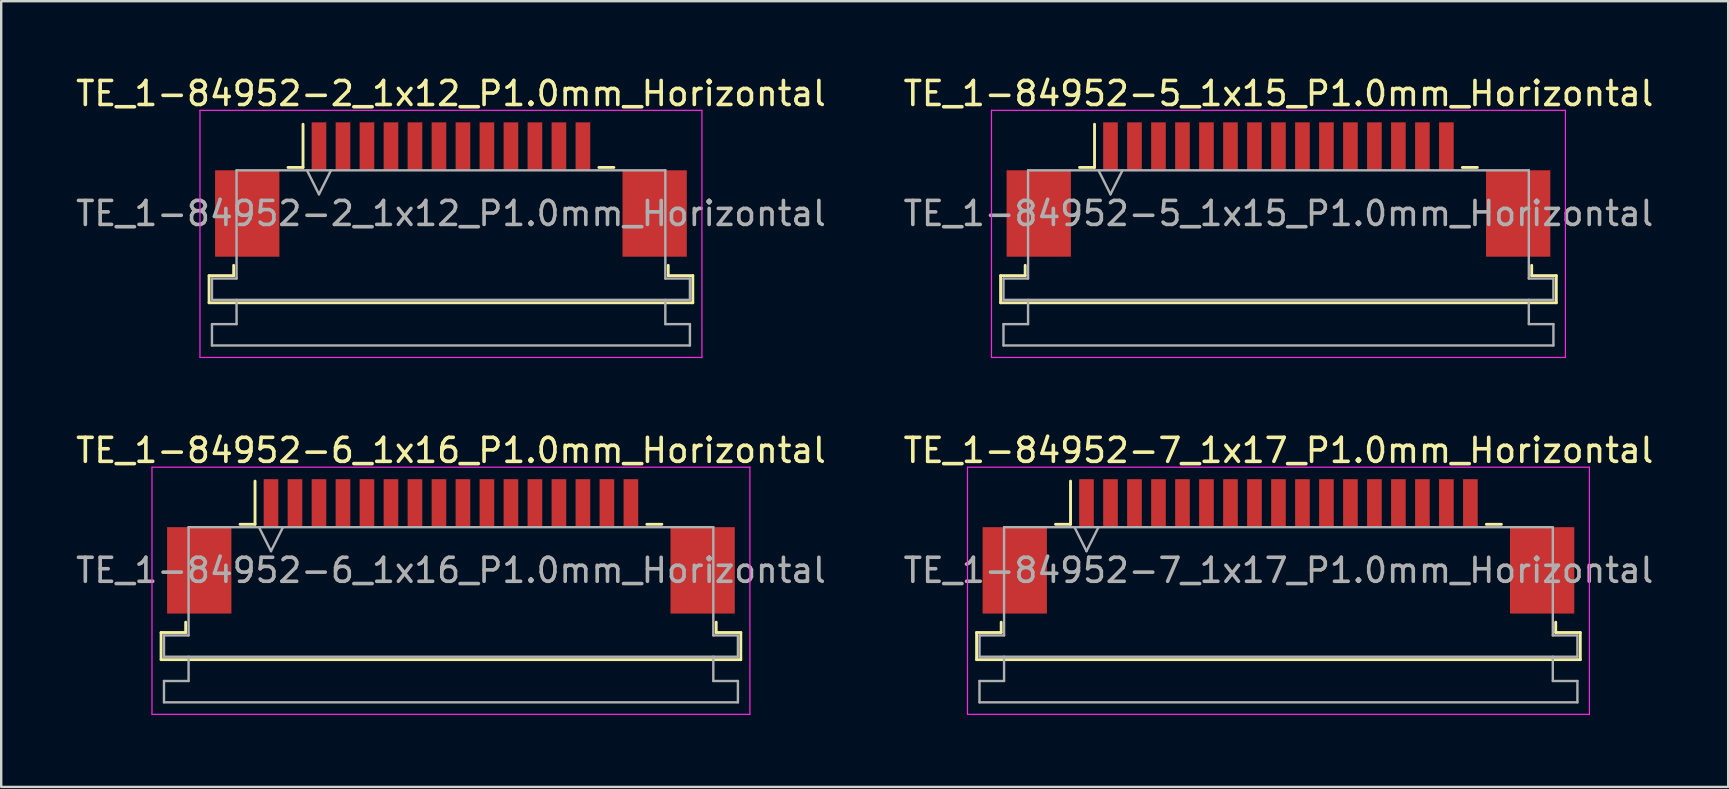
<source format=kicad_pcb>
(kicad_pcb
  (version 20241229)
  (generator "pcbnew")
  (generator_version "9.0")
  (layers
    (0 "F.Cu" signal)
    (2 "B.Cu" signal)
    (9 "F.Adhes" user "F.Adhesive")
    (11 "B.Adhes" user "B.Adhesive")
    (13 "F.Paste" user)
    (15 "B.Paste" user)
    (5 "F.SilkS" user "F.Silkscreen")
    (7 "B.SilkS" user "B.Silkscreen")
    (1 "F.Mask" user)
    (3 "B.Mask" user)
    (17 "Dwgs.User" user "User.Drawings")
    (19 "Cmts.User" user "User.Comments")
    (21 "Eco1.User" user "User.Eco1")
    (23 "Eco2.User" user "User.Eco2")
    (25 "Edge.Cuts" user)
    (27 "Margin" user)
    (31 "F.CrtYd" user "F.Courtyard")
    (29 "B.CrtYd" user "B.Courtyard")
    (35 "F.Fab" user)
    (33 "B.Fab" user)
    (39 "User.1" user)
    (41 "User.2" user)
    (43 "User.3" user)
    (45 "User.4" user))
  (footprint "TE_1-84952-7_1x17_P1.0mm_Horizontal"
    (layer "F.Cu")
    (at 50.232 19.721)
    (property "Reference" "TE_1-84952-7_1x17_P1.0mm_Horizontal" (at 0 -4 0) (layer "F.SilkS") (effects (font (size 1 1) (thickness 0.15))))
    (attr smd)
    (fp_line (start -12.58 3.59) (end -11.555 3.59) (stroke (width 0.12) (type solid)) (layer "F.SilkS"))
    (fp_line (start -12.58 4.72) (end -12.58 3.59) (stroke (width 0.12) (type solid)) (layer "F.SilkS"))
    (fp_line (start -11.555 3.59) (end -11.555 3.16) (stroke (width 0.12) (type solid)) (layer "F.SilkS"))
    (fp_line (start -9.29 -0.92) (end -8.665 -0.92) (stroke (width 0.12) (type solid)) (layer "F.SilkS"))
    (fp_line (start -8.665 -0.92) (end -8.665 -2.72) (stroke (width 0.12) (type solid)) (layer "F.SilkS"))
    (fp_line (start 8.665 -0.92) (end 9.29 -0.92) (stroke (width 0.12) (type solid)) (layer "F.SilkS"))
    (fp_line (start 11.555 3.16) (end 11.555 3.59) (stroke (width 0.12) (type solid)) (layer "F.SilkS"))
    (fp_line (start 11.555 3.59) (end 12.58 3.59) (stroke (width 0.12) (type solid)) (layer "F.SilkS"))
    (fp_line (start 12.58 3.59) (end 12.58 4.72) (stroke (width 0.12) (type solid)) (layer "F.SilkS"))
    (fp_line (start 12.58 4.72) (end -12.58 4.72) (stroke (width 0.12) (type solid)) (layer "F.SilkS"))
    (fp_line (start -12.96 -3.3) (end -12.96 7) (stroke (width 0.05) (type solid)) (layer "F.CrtYd"))
    (fp_line (start -12.96 7) (end 12.96 7) (stroke (width 0.05) (type solid)) (layer "F.CrtYd"))
    (fp_line (start 12.96 -3.3) (end -12.96 -3.3) (stroke (width 0.05) (type solid)) (layer "F.CrtYd"))
    (fp_line (start 12.96 7) (end 12.96 -3.3) (stroke (width 0.05) (type solid)) (layer "F.CrtYd"))
    (fp_line (start -12.46 3.71) (end -11.435 3.71) (stroke (width 0.1) (type solid)) (layer "F.Fab"))
    (fp_line (start -12.46 4.6) (end -12.46 3.71) (stroke (width 0.1) (type solid)) (layer "F.Fab"))
    (fp_line (start -12.46 5.61) (end -11.435 5.61) (stroke (width 0.1) (type solid)) (layer "F.Fab"))
    (fp_line (start -12.46 6.5) (end -12.46 5.61) (stroke (width 0.1) (type solid)) (layer "F.Fab"))
    (fp_line (start -11.435 -0.8) (end 11.435 -0.8) (stroke (width 0.1) (type solid)) (layer "F.Fab"))
    (fp_line (start -11.435 3.71) (end -11.435 -0.8) (stroke (width 0.1) (type solid)) (layer "F.Fab"))
    (fp_line (start -11.435 5.61) (end -11.435 4.6) (stroke (width 0.1) (type solid)) (layer "F.Fab"))
    (fp_line (start -8.5 -0.8) (end -8 0.2) (stroke (width 0.1) (type solid)) (layer "F.Fab"))
    (fp_line (start -8 0.2) (end -7.5 -0.8) (stroke (width 0.1) (type solid)) (layer "F.Fab"))
    (fp_line (start 11.435 -0.8) (end 11.435 3.71) (stroke (width 0.1) (type solid)) (layer "F.Fab"))
    (fp_line (start 11.435 3.71) (end 12.46 3.71) (stroke (width 0.1) (type solid)) (layer "F.Fab"))
    (fp_line (start 11.435 4.6) (end 11.435 5.61) (stroke (width 0.1) (type solid)) (layer "F.Fab"))
    (fp_line (start 11.435 5.61) (end 12.46 5.61) (stroke (width 0.1) (type solid)) (layer "F.Fab"))
    (fp_line (start 12.46 3.71) (end 12.46 4.6) (stroke (width 0.1) (type solid)) (layer "F.Fab"))
    (fp_line (start 12.46 4.6) (end -12.46 4.6) (stroke (width 0.1) (type solid)) (layer "F.Fab"))
    (fp_line (start 12.46 5.61) (end 12.46 6.5) (stroke (width 0.1) (type solid)) (layer "F.Fab"))
    (fp_line (start 12.46 6.5) (end -12.46 6.5) (stroke (width 0.1) (type solid)) (layer "F.Fab"))
    (fp_text user "${REFERENCE}" (at 0 1 0) (layer "F.Fab") (effects (font (size 1 1) (thickness 0.15))))
    (pad "" smd rect (at -10.99 1) (size 2.68 3.6) (layers "F.Cu" "F.Mask" "F.Paste"))
    (pad "" smd rect (at 10.99 1) (size 2.68 3.6) (layers "F.Cu" "F.Mask" "F.Paste"))
    (pad "1" smd rect (at -8 -1.8) (size 0.61 2) (layers "F.Cu" "F.Mask" "F.Paste"))
    (pad "2" smd rect (at -7 -1.8) (size 0.61 2) (layers "F.Cu" "F.Mask" "F.Paste"))
    (pad "3" smd rect (at -6 -1.8) (size 0.61 2) (layers "F.Cu" "F.Mask" "F.Paste"))
    (pad "4" smd rect (at -5 -1.8) (size 0.61 2) (layers "F.Cu" "F.Mask" "F.Paste"))
    (pad "5" smd rect (at -4 -1.8) (size 0.61 2) (layers "F.Cu" "F.Mask" "F.Paste"))
    (pad "6" smd rect (at -3 -1.8) (size 0.61 2) (layers "F.Cu" "F.Mask" "F.Paste"))
    (pad "7" smd rect (at -2 -1.8) (size 0.61 2) (layers "F.Cu" "F.Mask" "F.Paste"))
    (pad "8" smd rect (at -1 -1.8) (size 0.61 2) (layers "F.Cu" "F.Mask" "F.Paste"))
    (pad "9" smd rect (at 0 -1.8) (size 0.61 2) (layers "F.Cu" "F.Mask" "F.Paste"))
    (pad "10" smd rect (at 1 -1.8) (size 0.61 2) (layers "F.Cu" "F.Mask" "F.Paste"))
    (pad "11" smd rect (at 2 -1.8) (size 0.61 2) (layers "F.Cu" "F.Mask" "F.Paste"))
    (pad "12" smd rect (at 3 -1.8) (size 0.61 2) (layers "F.Cu" "F.Mask" "F.Paste"))
    (pad "13" smd rect (at 4 -1.8) (size 0.61 2) (layers "F.Cu" "F.Mask" "F.Paste"))
    (pad "14" smd rect (at 5 -1.8) (size 0.61 2) (layers "F.Cu" "F.Mask" "F.Paste"))
    (pad "15" smd rect (at 6 -1.8) (size 0.61 2) (layers "F.Cu" "F.Mask" "F.Paste"))
    (pad "16" smd rect (at 7 -1.8) (size 0.61 2) (layers "F.Cu" "F.Mask" "F.Paste"))
    (pad "17" smd rect (at 8 -1.8) (size 0.61 2) (layers "F.Cu" "F.Mask" "F.Paste")))
  (footprint "TE_1-84952-5_1x15_P1.0mm_Horizontal"
    (layer "F.Cu")
    (at 50.232 4.848)
    (property "Reference" "TE_1-84952-5_1x15_P1.0mm_Horizontal" (at 0 -4 0) (layer "F.SilkS") (effects (font (size 1 1) (thickness 0.15))))
    (attr smd)
    (fp_line (start -11.58 3.59) (end -10.555 3.59) (stroke (width 0.12) (type solid)) (layer "F.SilkS"))
    (fp_line (start -11.58 4.72) (end -11.58 3.59) (stroke (width 0.12) (type solid)) (layer "F.SilkS"))
    (fp_line (start -10.555 3.59) (end -10.555 3.16) (stroke (width 0.12) (type solid)) (layer "F.SilkS"))
    (fp_line (start -8.29 -0.92) (end -7.665 -0.92) (stroke (width 0.12) (type solid)) (layer "F.SilkS"))
    (fp_line (start -7.665 -0.92) (end -7.665 -2.72) (stroke (width 0.12) (type solid)) (layer "F.SilkS"))
    (fp_line (start 7.665 -0.92) (end 8.29 -0.92) (stroke (width 0.12) (type solid)) (layer "F.SilkS"))
    (fp_line (start 10.555 3.16) (end 10.555 3.59) (stroke (width 0.12) (type solid)) (layer "F.SilkS"))
    (fp_line (start 10.555 3.59) (end 11.58 3.59) (stroke (width 0.12) (type solid)) (layer "F.SilkS"))
    (fp_line (start 11.58 3.59) (end 11.58 4.72) (stroke (width 0.12) (type solid)) (layer "F.SilkS"))
    (fp_line (start 11.58 4.72) (end -11.58 4.72) (stroke (width 0.12) (type solid)) (layer "F.SilkS"))
    (fp_line (start -11.96 -3.3) (end -11.96 7) (stroke (width 0.05) (type solid)) (layer "F.CrtYd"))
    (fp_line (start -11.96 7) (end 11.96 7) (stroke (width 0.05) (type solid)) (layer "F.CrtYd"))
    (fp_line (start 11.96 -3.3) (end -11.96 -3.3) (stroke (width 0.05) (type solid)) (layer "F.CrtYd"))
    (fp_line (start 11.96 7) (end 11.96 -3.3) (stroke (width 0.05) (type solid)) (layer "F.CrtYd"))
    (fp_line (start -11.46 3.71) (end -10.435 3.71) (stroke (width 0.1) (type solid)) (layer "F.Fab"))
    (fp_line (start -11.46 4.6) (end -11.46 3.71) (stroke (width 0.1) (type solid)) (layer "F.Fab"))
    (fp_line (start -11.46 5.61) (end -10.435 5.61) (stroke (width 0.1) (type solid)) (layer "F.Fab"))
    (fp_line (start -11.46 6.5) (end -11.46 5.61) (stroke (width 0.1) (type solid)) (layer "F.Fab"))
    (fp_line (start -10.435 -0.8) (end 10.435 -0.8) (stroke (width 0.1) (type solid)) (layer "F.Fab"))
    (fp_line (start -10.435 3.71) (end -10.435 -0.8) (stroke (width 0.1) (type solid)) (layer "F.Fab"))
    (fp_line (start -10.435 5.61) (end -10.435 4.6) (stroke (width 0.1) (type solid)) (layer "F.Fab"))
    (fp_line (start -7.5 -0.8) (end -7 0.2) (stroke (width 0.1) (type solid)) (layer "F.Fab"))
    (fp_line (start -7 0.2) (end -6.5 -0.8) (stroke (width 0.1) (type solid)) (layer "F.Fab"))
    (fp_line (start 10.435 -0.8) (end 10.435 3.71) (stroke (width 0.1) (type solid)) (layer "F.Fab"))
    (fp_line (start 10.435 3.71) (end 11.46 3.71) (stroke (width 0.1) (type solid)) (layer "F.Fab"))
    (fp_line (start 10.435 4.6) (end 10.435 5.61) (stroke (width 0.1) (type solid)) (layer "F.Fab"))
    (fp_line (start 10.435 5.61) (end 11.46 5.61) (stroke (width 0.1) (type solid)) (layer "F.Fab"))
    (fp_line (start 11.46 3.71) (end 11.46 4.6) (stroke (width 0.1) (type solid)) (layer "F.Fab"))
    (fp_line (start 11.46 4.6) (end -11.46 4.6) (stroke (width 0.1) (type solid)) (layer "F.Fab"))
    (fp_line (start 11.46 5.61) (end 11.46 6.5) (stroke (width 0.1) (type solid)) (layer "F.Fab"))
    (fp_line (start 11.46 6.5) (end -11.46 6.5) (stroke (width 0.1) (type solid)) (layer "F.Fab"))
    (fp_text user "${REFERENCE}" (at 0 1 0) (layer "F.Fab") (effects (font (size 1 1) (thickness 0.15))))
    (pad "" smd rect (at -9.99 1) (size 2.68 3.6) (layers "F.Cu" "F.Mask" "F.Paste"))
    (pad "" smd rect (at 9.99 1) (size 2.68 3.6) (layers "F.Cu" "F.Mask" "F.Paste"))
    (pad "1" smd rect (at -7 -1.8) (size 0.61 2) (layers "F.Cu" "F.Mask" "F.Paste"))
    (pad "2" smd rect (at -6 -1.8) (size 0.61 2) (layers "F.Cu" "F.Mask" "F.Paste"))
    (pad "3" smd rect (at -5 -1.8) (size 0.61 2) (layers "F.Cu" "F.Mask" "F.Paste"))
    (pad "4" smd rect (at -4 -1.8) (size 0.61 2) (layers "F.Cu" "F.Mask" "F.Paste"))
    (pad "5" smd rect (at -3 -1.8) (size 0.61 2) (layers "F.Cu" "F.Mask" "F.Paste"))
    (pad "6" smd rect (at -2 -1.8) (size 0.61 2) (layers "F.Cu" "F.Mask" "F.Paste"))
    (pad "7" smd rect (at -1 -1.8) (size 0.61 2) (layers "F.Cu" "F.Mask" "F.Paste"))
    (pad "8" smd rect (at 0 -1.8) (size 0.61 2) (layers "F.Cu" "F.Mask" "F.Paste"))
    (pad "9" smd rect (at 1 -1.8) (size 0.61 2) (layers "F.Cu" "F.Mask" "F.Paste"))
    (pad "10" smd rect (at 2 -1.8) (size 0.61 2) (layers "F.Cu" "F.Mask" "F.Paste"))
    (pad "11" smd rect (at 3 -1.8) (size 0.61 2) (layers "F.Cu" "F.Mask" "F.Paste"))
    (pad "12" smd rect (at 4 -1.8) (size 0.61 2) (layers "F.Cu" "F.Mask" "F.Paste"))
    (pad "13" smd rect (at 5 -1.8) (size 0.61 2) (layers "F.Cu" "F.Mask" "F.Paste"))
    (pad "14" smd rect (at 6 -1.8) (size 0.61 2) (layers "F.Cu" "F.Mask" "F.Paste"))
    (pad "15" smd rect (at 7 -1.8) (size 0.61 2) (layers "F.Cu" "F.Mask" "F.Paste")))
  (footprint "TE_1-84952-6_1x16_P1.0mm_Horizontal"
    (layer "F.Cu")
    (at 15.744 19.721)
    (property "Reference" "TE_1-84952-6_1x16_P1.0mm_Horizontal" (at 0 -4 0) (layer "F.SilkS") (effects (font (size 1 1) (thickness 0.15))))
    (attr smd)
    (fp_line (start -12.08 3.59) (end -11.055 3.59) (stroke (width 0.12) (type solid)) (layer "F.SilkS"))
    (fp_line (start -12.08 4.72) (end -12.08 3.59) (stroke (width 0.12) (type solid)) (layer "F.SilkS"))
    (fp_line (start -11.055 3.59) (end -11.055 3.16) (stroke (width 0.12) (type solid)) (layer "F.SilkS"))
    (fp_line (start -8.79 -0.92) (end -8.165 -0.92) (stroke (width 0.12) (type solid)) (layer "F.SilkS"))
    (fp_line (start -8.165 -0.92) (end -8.165 -2.72) (stroke (width 0.12) (type solid)) (layer "F.SilkS"))
    (fp_line (start 8.165 -0.92) (end 8.79 -0.92) (stroke (width 0.12) (type solid)) (layer "F.SilkS"))
    (fp_line (start 11.055 3.16) (end 11.055 3.59) (stroke (width 0.12) (type solid)) (layer "F.SilkS"))
    (fp_line (start 11.055 3.59) (end 12.08 3.59) (stroke (width 0.12) (type solid)) (layer "F.SilkS"))
    (fp_line (start 12.08 3.59) (end 12.08 4.72) (stroke (width 0.12) (type solid)) (layer "F.SilkS"))
    (fp_line (start 12.08 4.72) (end -12.08 4.72) (stroke (width 0.12) (type solid)) (layer "F.SilkS"))
    (fp_line (start -12.46 -3.3) (end -12.46 7) (stroke (width 0.05) (type solid)) (layer "F.CrtYd"))
    (fp_line (start -12.46 7) (end 12.46 7) (stroke (width 0.05) (type solid)) (layer "F.CrtYd"))
    (fp_line (start 12.46 -3.3) (end -12.46 -3.3) (stroke (width 0.05) (type solid)) (layer "F.CrtYd"))
    (fp_line (start 12.46 7) (end 12.46 -3.3) (stroke (width 0.05) (type solid)) (layer "F.CrtYd"))
    (fp_line (start -11.96 3.71) (end -10.935 3.71) (stroke (width 0.1) (type solid)) (layer "F.Fab"))
    (fp_line (start -11.96 4.6) (end -11.96 3.71) (stroke (width 0.1) (type solid)) (layer "F.Fab"))
    (fp_line (start -11.96 5.61) (end -10.935 5.61) (stroke (width 0.1) (type solid)) (layer "F.Fab"))
    (fp_line (start -11.96 6.5) (end -11.96 5.61) (stroke (width 0.1) (type solid)) (layer "F.Fab"))
    (fp_line (start -10.935 -0.8) (end 10.935 -0.8) (stroke (width 0.1) (type solid)) (layer "F.Fab"))
    (fp_line (start -10.935 3.71) (end -10.935 -0.8) (stroke (width 0.1) (type solid)) (layer "F.Fab"))
    (fp_line (start -10.935 5.61) (end -10.935 4.6) (stroke (width 0.1) (type solid)) (layer "F.Fab"))
    (fp_line (start -8 -0.8) (end -7.5 0.2) (stroke (width 0.1) (type solid)) (layer "F.Fab"))
    (fp_line (start -7.5 0.2) (end -7 -0.8) (stroke (width 0.1) (type solid)) (layer "F.Fab"))
    (fp_line (start 10.935 -0.8) (end 10.935 3.71) (stroke (width 0.1) (type solid)) (layer "F.Fab"))
    (fp_line (start 10.935 3.71) (end 11.96 3.71) (stroke (width 0.1) (type solid)) (layer "F.Fab"))
    (fp_line (start 10.935 4.6) (end 10.935 5.61) (stroke (width 0.1) (type solid)) (layer "F.Fab"))
    (fp_line (start 10.935 5.61) (end 11.96 5.61) (stroke (width 0.1) (type solid)) (layer "F.Fab"))
    (fp_line (start 11.96 3.71) (end 11.96 4.6) (stroke (width 0.1) (type solid)) (layer "F.Fab"))
    (fp_line (start 11.96 4.6) (end -11.96 4.6) (stroke (width 0.1) (type solid)) (layer "F.Fab"))
    (fp_line (start 11.96 5.61) (end 11.96 6.5) (stroke (width 0.1) (type solid)) (layer "F.Fab"))
    (fp_line (start 11.96 6.5) (end -11.96 6.5) (stroke (width 0.1) (type solid)) (layer "F.Fab"))
    (fp_text user "${REFERENCE}" (at 0 1 0) (layer "F.Fab") (effects (font (size 1 1) (thickness 0.15))))
    (pad "" smd rect (at -10.49 1) (size 2.68 3.6) (layers "F.Cu" "F.Mask" "F.Paste"))
    (pad "" smd rect (at 10.49 1) (size 2.68 3.6) (layers "F.Cu" "F.Mask" "F.Paste"))
    (pad "1" smd rect (at -7.5 -1.8) (size 0.61 2) (layers "F.Cu" "F.Mask" "F.Paste"))
    (pad "2" smd rect (at -6.5 -1.8) (size 0.61 2) (layers "F.Cu" "F.Mask" "F.Paste"))
    (pad "3" smd rect (at -5.5 -1.8) (size 0.61 2) (layers "F.Cu" "F.Mask" "F.Paste"))
    (pad "4" smd rect (at -4.5 -1.8) (size 0.61 2) (layers "F.Cu" "F.Mask" "F.Paste"))
    (pad "5" smd rect (at -3.5 -1.8) (size 0.61 2) (layers "F.Cu" "F.Mask" "F.Paste"))
    (pad "6" smd rect (at -2.5 -1.8) (size 0.61 2) (layers "F.Cu" "F.Mask" "F.Paste"))
    (pad "7" smd rect (at -1.5 -1.8) (size 0.61 2) (layers "F.Cu" "F.Mask" "F.Paste"))
    (pad "8" smd rect (at -0.5 -1.8) (size 0.61 2) (layers "F.Cu" "F.Mask" "F.Paste"))
    (pad "9" smd rect (at 0.5 -1.8) (size 0.61 2) (layers "F.Cu" "F.Mask" "F.Paste"))
    (pad "10" smd rect (at 1.5 -1.8) (size 0.61 2) (layers "F.Cu" "F.Mask" "F.Paste"))
    (pad "11" smd rect (at 2.5 -1.8) (size 0.61 2) (layers "F.Cu" "F.Mask" "F.Paste"))
    (pad "12" smd rect (at 3.5 -1.8) (size 0.61 2) (layers "F.Cu" "F.Mask" "F.Paste"))
    (pad "13" smd rect (at 4.5 -1.8) (size 0.61 2) (layers "F.Cu" "F.Mask" "F.Paste"))
    (pad "14" smd rect (at 5.5 -1.8) (size 0.61 2) (layers "F.Cu" "F.Mask" "F.Paste"))
    (pad "15" smd rect (at 6.5 -1.8) (size 0.61 2) (layers "F.Cu" "F.Mask" "F.Paste"))
    (pad "16" smd rect (at 7.5 -1.8) (size 0.61 2) (layers "F.Cu" "F.Mask" "F.Paste")))
  (footprint "TE_1-84952-2_1x12_P1.0mm_Horizontal"
    (layer "F.Cu")
    (at 15.744 4.848)
    (property "Reference" "TE_1-84952-2_1x12_P1.0mm_Horizontal" (at 0 -4 0) (layer "F.SilkS") (effects (font (size 1 1) (thickness 0.15))))
    (attr smd)
    (fp_line (start -10.08 3.59) (end -9.055 3.59) (stroke (width 0.12) (type solid)) (layer "F.SilkS"))
    (fp_line (start -10.08 4.72) (end -10.08 3.59) (stroke (width 0.12) (type solid)) (layer "F.SilkS"))
    (fp_line (start -9.055 3.59) (end -9.055 3.16) (stroke (width 0.12) (type solid)) (layer "F.SilkS"))
    (fp_line (start -6.79 -0.92) (end -6.165 -0.92) (stroke (width 0.12) (type solid)) (layer "F.SilkS"))
    (fp_line (start -6.165 -0.92) (end -6.165 -2.72) (stroke (width 0.12) (type solid)) (layer "F.SilkS"))
    (fp_line (start 6.165 -0.92) (end 6.79 -0.92) (stroke (width 0.12) (type solid)) (layer "F.SilkS"))
    (fp_line (start 9.055 3.16) (end 9.055 3.59) (stroke (width 0.12) (type solid)) (layer "F.SilkS"))
    (fp_line (start 9.055 3.59) (end 10.08 3.59) (stroke (width 0.12) (type solid)) (layer "F.SilkS"))
    (fp_line (start 10.08 3.59) (end 10.08 4.72) (stroke (width 0.12) (type solid)) (layer "F.SilkS"))
    (fp_line (start 10.08 4.72) (end -10.08 4.72) (stroke (width 0.12) (type solid)) (layer "F.SilkS"))
    (fp_line (start -10.46 -3.3) (end -10.46 7) (stroke (width 0.05) (type solid)) (layer "F.CrtYd"))
    (fp_line (start -10.46 7) (end 10.46 7) (stroke (width 0.05) (type solid)) (layer "F.CrtYd"))
    (fp_line (start 10.46 -3.3) (end -10.46 -3.3) (stroke (width 0.05) (type solid)) (layer "F.CrtYd"))
    (fp_line (start 10.46 7) (end 10.46 -3.3) (stroke (width 0.05) (type solid)) (layer "F.CrtYd"))
    (fp_line (start -9.96 3.71) (end -8.935 3.71) (stroke (width 0.1) (type solid)) (layer "F.Fab"))
    (fp_line (start -9.96 4.6) (end -9.96 3.71) (stroke (width 0.1) (type solid)) (layer "F.Fab"))
    (fp_line (start -9.96 5.61) (end -8.935 5.61) (stroke (width 0.1) (type solid)) (layer "F.Fab"))
    (fp_line (start -9.96 6.5) (end -9.96 5.61) (stroke (width 0.1) (type solid)) (layer "F.Fab"))
    (fp_line (start -8.935 -0.8) (end 8.935 -0.8) (stroke (width 0.1) (type solid)) (layer "F.Fab"))
    (fp_line (start -8.935 3.71) (end -8.935 -0.8) (stroke (width 0.1) (type solid)) (layer "F.Fab"))
    (fp_line (start -8.935 5.61) (end -8.935 4.6) (stroke (width 0.1) (type solid)) (layer "F.Fab"))
    (fp_line (start -6 -0.8) (end -5.5 0.2) (stroke (width 0.1) (type solid)) (layer "F.Fab"))
    (fp_line (start -5.5 0.2) (end -5 -0.8) (stroke (width 0.1) (type solid)) (layer "F.Fab"))
    (fp_line (start 8.935 -0.8) (end 8.935 3.71) (stroke (width 0.1) (type solid)) (layer "F.Fab"))
    (fp_line (start 8.935 3.71) (end 9.96 3.71) (stroke (width 0.1) (type solid)) (layer "F.Fab"))
    (fp_line (start 8.935 4.6) (end 8.935 5.61) (stroke (width 0.1) (type solid)) (layer "F.Fab"))
    (fp_line (start 8.935 5.61) (end 9.96 5.61) (stroke (width 0.1) (type solid)) (layer "F.Fab"))
    (fp_line (start 9.96 3.71) (end 9.96 4.6) (stroke (width 0.1) (type solid)) (layer "F.Fab"))
    (fp_line (start 9.96 4.6) (end -9.96 4.6) (stroke (width 0.1) (type solid)) (layer "F.Fab"))
    (fp_line (start 9.96 5.61) (end 9.96 6.5) (stroke (width 0.1) (type solid)) (layer "F.Fab"))
    (fp_line (start 9.96 6.5) (end -9.96 6.5) (stroke (width 0.1) (type solid)) (layer "F.Fab"))
    (fp_text user "${REFERENCE}" (at 0 1 0) (layer "F.Fab") (effects (font (size 1 1) (thickness 0.15))))
    (pad "" smd rect (at -8.49 1) (size 2.68 3.6) (layers "F.Cu" "F.Mask" "F.Paste"))
    (pad "" smd rect (at 8.49 1) (size 2.68 3.6) (layers "F.Cu" "F.Mask" "F.Paste"))
    (pad "1" smd rect (at -5.5 -1.8) (size 0.61 2) (layers "F.Cu" "F.Mask" "F.Paste"))
    (pad "2" smd rect (at -4.5 -1.8) (size 0.61 2) (layers "F.Cu" "F.Mask" "F.Paste"))
    (pad "3" smd rect (at -3.5 -1.8) (size 0.61 2) (layers "F.Cu" "F.Mask" "F.Paste"))
    (pad "4" smd rect (at -2.5 -1.8) (size 0.61 2) (layers "F.Cu" "F.Mask" "F.Paste"))
    (pad "5" smd rect (at -1.5 -1.8) (size 0.61 2) (layers "F.Cu" "F.Mask" "F.Paste"))
    (pad "6" smd rect (at -0.5 -1.8) (size 0.61 2) (layers "F.Cu" "F.Mask" "F.Paste"))
    (pad "7" smd rect (at 0.5 -1.8) (size 0.61 2) (layers "F.Cu" "F.Mask" "F.Paste"))
    (pad "8" smd rect (at 1.5 -1.8) (size 0.61 2) (layers "F.Cu" "F.Mask" "F.Paste"))
    (pad "9" smd rect (at 2.5 -1.8) (size 0.61 2) (layers "F.Cu" "F.Mask" "F.Paste"))
    (pad "10" smd rect (at 3.5 -1.8) (size 0.61 2) (layers "F.Cu" "F.Mask" "F.Paste"))
    (pad "11" smd rect (at 4.5 -1.8) (size 0.61 2) (layers "F.Cu" "F.Mask" "F.Paste"))
    (pad "12" smd rect (at 5.5 -1.8) (size 0.61 2) (layers "F.Cu" "F.Mask" "F.Paste")))
  (gr_rect
    (start -3 -3)
    (end 68.976 29.747)
    (stroke (width 0.1) (type default))
    (fill no)
    (layer "Edge.Cuts")))
</source>
